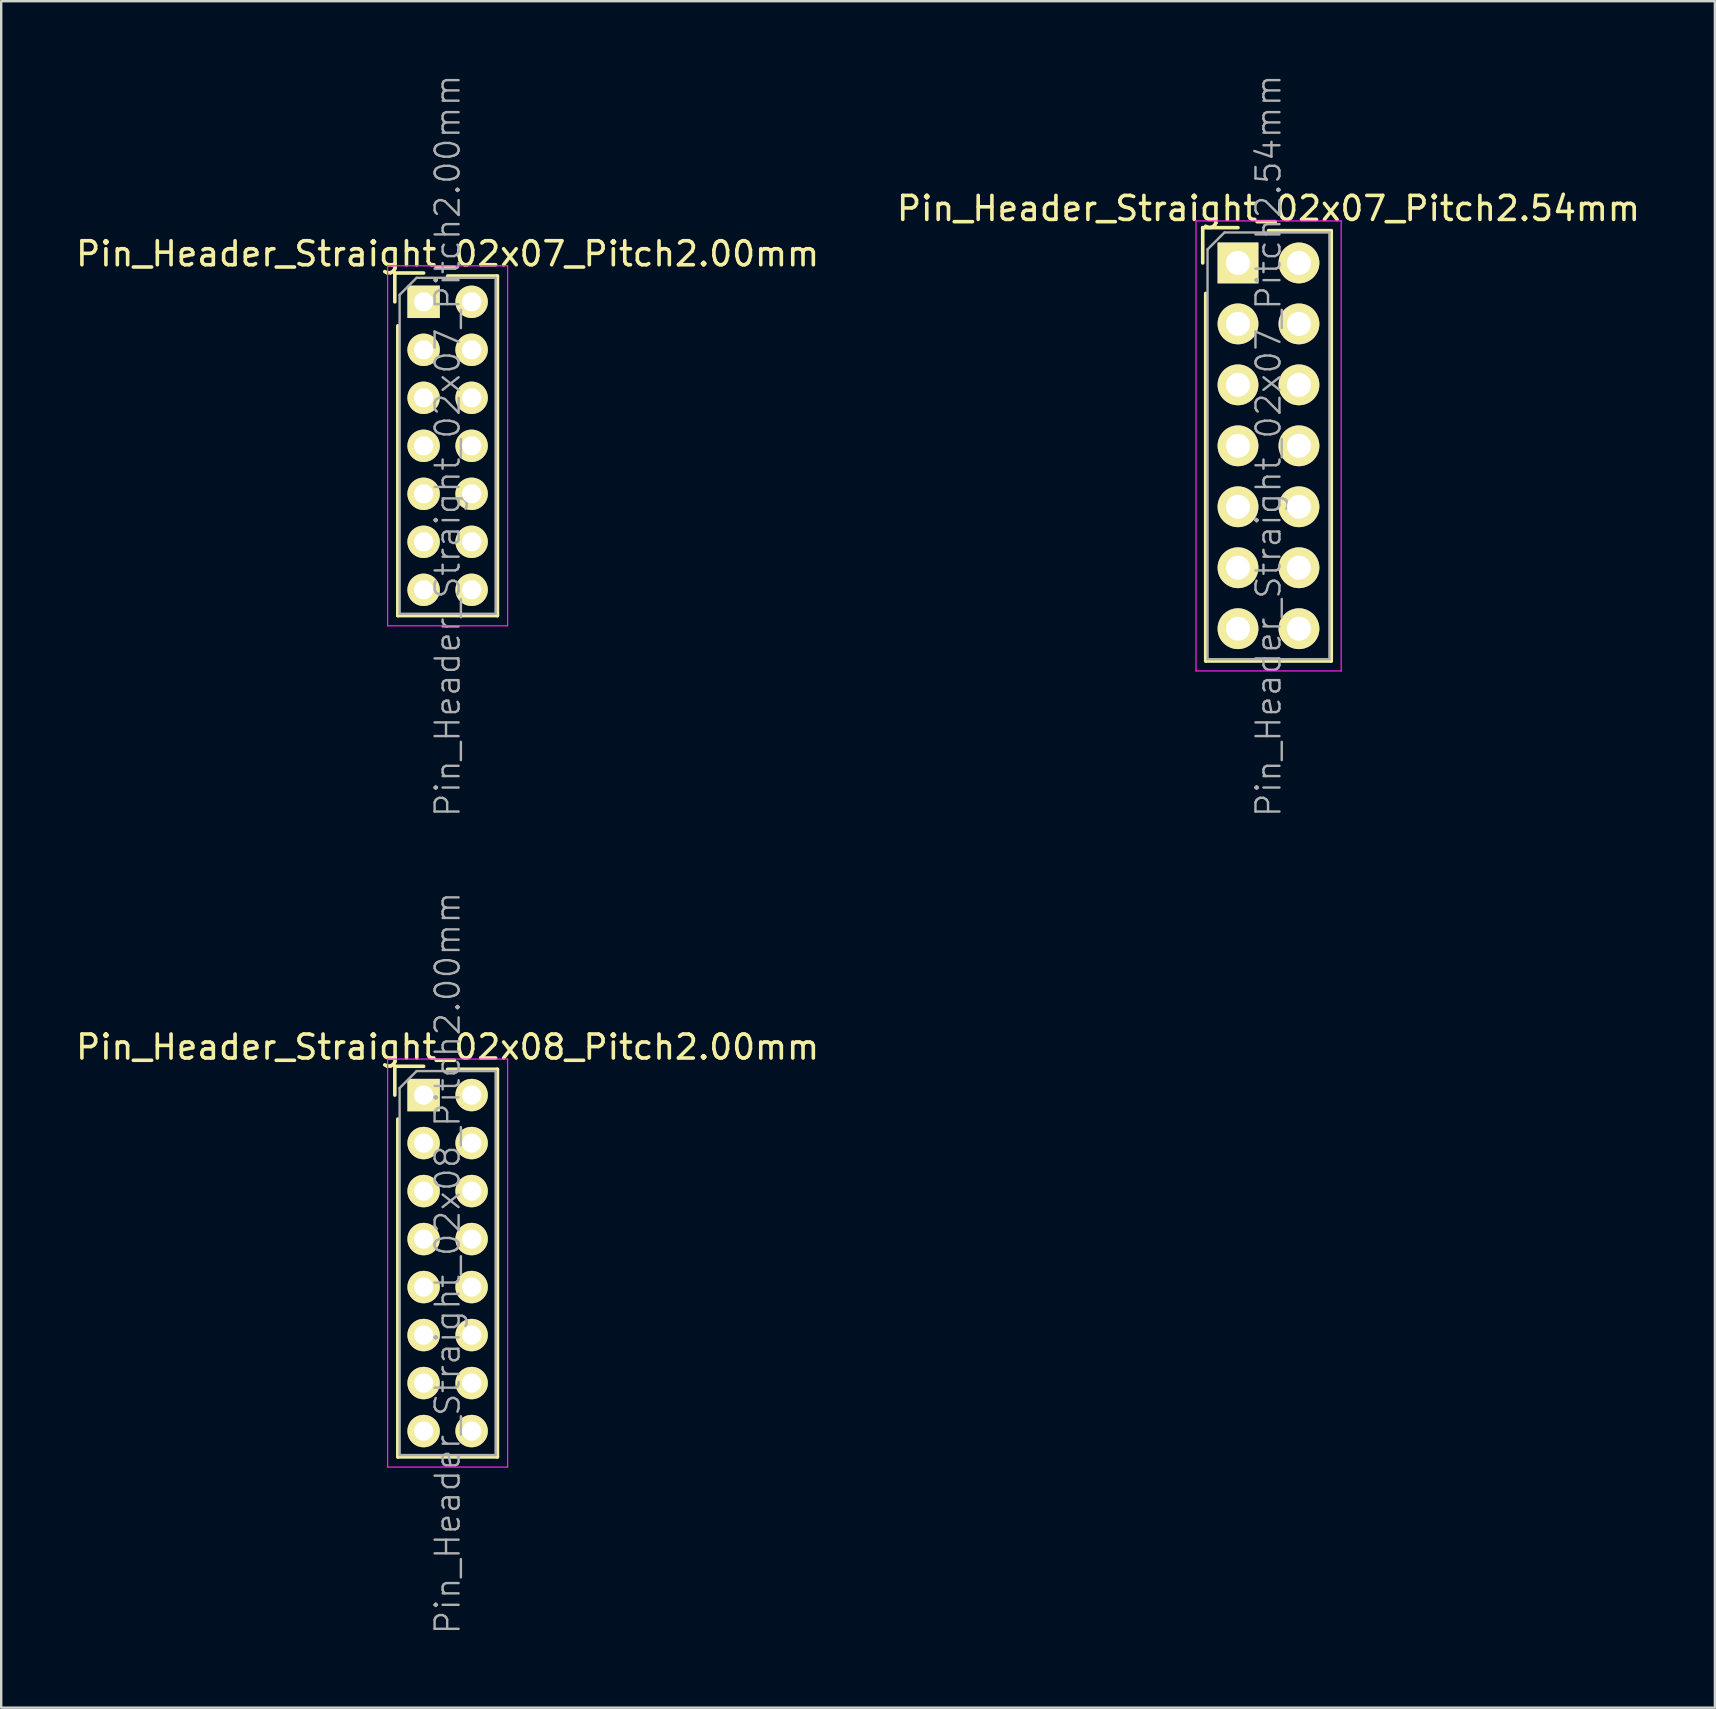
<source format=kicad_pcb>
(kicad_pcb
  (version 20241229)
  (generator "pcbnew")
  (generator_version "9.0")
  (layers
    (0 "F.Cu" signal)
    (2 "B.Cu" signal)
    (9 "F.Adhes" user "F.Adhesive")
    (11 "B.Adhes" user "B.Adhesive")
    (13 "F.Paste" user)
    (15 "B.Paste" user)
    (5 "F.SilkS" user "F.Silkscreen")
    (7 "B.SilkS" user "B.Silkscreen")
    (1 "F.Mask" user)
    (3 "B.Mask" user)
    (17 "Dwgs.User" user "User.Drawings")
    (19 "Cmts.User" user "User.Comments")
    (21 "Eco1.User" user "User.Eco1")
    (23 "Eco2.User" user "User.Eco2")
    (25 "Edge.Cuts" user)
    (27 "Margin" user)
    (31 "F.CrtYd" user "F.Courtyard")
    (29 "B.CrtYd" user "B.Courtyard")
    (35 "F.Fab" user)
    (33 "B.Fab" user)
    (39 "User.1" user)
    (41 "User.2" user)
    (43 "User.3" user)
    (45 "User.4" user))
  (footprint "Pin_Header_Straight_02x07_Pitch2.54mm"
    (layer "F.Cu")
    (at 48.534 7.906)
    (property "Reference" "Pin_Header_Straight_02x07_Pitch2.54mm" (at 1.27 -2.27 0) (layer "F.SilkS") (effects (font (size 1 1) (thickness 0.15))))
    (attr smd)
    (fp_line (start -1.47 -1.47) (end -1.47 0) (stroke (width 0.15) (type solid)) (layer "F.SilkS"))
    (fp_line (start -1.47 -1.47) (end 0 -1.47) (stroke (width 0.15) (type solid)) (layer "F.SilkS"))
    (fp_line (start -1.345 1.27) (end -1.345 16.585) (stroke (width 0.15) (type solid)) (layer "F.SilkS"))
    (fp_line (start -1.345 16.585) (end 3.885 16.585) (stroke (width 0.15) (type solid)) (layer "F.SilkS"))
    (fp_line (start 1.27 -1.345) (end 3.885 -1.345) (stroke (width 0.15) (type solid)) (layer "F.SilkS"))
    (fp_line (start 3.885 -1.345) (end 3.885 16.585) (stroke (width 0.15) (type solid)) (layer "F.SilkS"))
    (fp_line (start -1.75 -1.75) (end -1.75 17) (stroke (width 0.05) (type solid)) (layer "F.CrtYd"))
    (fp_line (start 4.3 -1.75) (end -1.75 -1.75) (stroke (width 0.05) (type solid)) (layer "F.CrtYd"))
    (fp_line (start 4.3 -1.75) (end 4.3 17) (stroke (width 0.05) (type solid)) (layer "F.CrtYd"))
    (fp_line (start 4.3 17) (end -1.75 17) (stroke (width 0.05) (type solid)) (layer "F.CrtYd"))
    (fp_line (start -1.27 -0.563) (end -0.563 -1.27) (stroke (width 0.1) (type solid)) (layer "F.Fab"))
    (fp_line (start -1.27 16.51) (end -1.27 -0.563) (stroke (width 0.1) (type solid)) (layer "F.Fab"))
    (fp_line (start 3.81 -1.27) (end -0.563 -1.27) (stroke (width 0.1) (type solid)) (layer "F.Fab"))
    (fp_line (start 3.81 16.51) (end -1.27 16.51) (stroke (width 0.1) (type solid)) (layer "F.Fab"))
    (fp_line (start 3.81 16.51) (end 3.81 -1.27) (stroke (width 0.1) (type solid)) (layer "F.Fab"))
    (fp_text user "${REFERENCE}" (at 1.27 7.62 90) (layer "F.Fab") (effects (font (size 1 1) (thickness 0.1))))
    (pad "1" thru_hole rect (at 0 0) (size 1.7 1.7) (drill 1) (layers "*.Cu" "*.Mask" "F.SilkS"))
    (pad "2" thru_hole oval (at 2.54 0) (size 1.7 1.7) (drill 1) (layers "*.Cu" "*.Mask" "F.SilkS"))
    (pad "3" thru_hole oval (at 0 2.54) (size 1.7 1.7) (drill 1) (layers "*.Cu" "*.Mask" "F.SilkS"))
    (pad "4" thru_hole oval (at 2.54 2.54) (size 1.7 1.7) (drill 1) (layers "*.Cu" "*.Mask" "F.SilkS"))
    (pad "5" thru_hole oval (at 0 5.08) (size 1.7 1.7) (drill 1) (layers "*.Cu" "*.Mask" "F.SilkS"))
    (pad "6" thru_hole oval (at 2.54 5.08) (size 1.7 1.7) (drill 1) (layers "*.Cu" "*.Mask" "F.SilkS"))
    (pad "7" thru_hole oval (at 0 7.62) (size 1.7 1.7) (drill 1) (layers "*.Cu" "*.Mask" "F.SilkS"))
    (pad "8" thru_hole oval (at 2.54 7.62) (size 1.7 1.7) (drill 1) (layers "*.Cu" "*.Mask" "F.SilkS"))
    (pad "9" thru_hole oval (at 0 10.16) (size 1.7 1.7) (drill 1) (layers "*.Cu" "*.Mask" "F.SilkS"))
    (pad "10" thru_hole oval (at 2.54 10.16) (size 1.7 1.7) (drill 1) (layers "*.Cu" "*.Mask" "F.SilkS"))
    (pad "11" thru_hole oval (at 0 12.7) (size 1.7 1.7) (drill 1) (layers "*.Cu" "*.Mask" "F.SilkS"))
    (pad "12" thru_hole oval (at 2.54 12.7) (size 1.7 1.7) (drill 1) (layers "*.Cu" "*.Mask" "F.SilkS"))
    (pad "13" thru_hole oval (at 0 15.24) (size 1.7 1.7) (drill 1) (layers "*.Cu" "*.Mask" "F.SilkS"))
    (pad "14" thru_hole oval (at 2.54 15.24) (size 1.7 1.7) (drill 1) (layers "*.Cu" "*.Mask" "F.SilkS")))
  (footprint "Pin_Header_Straight_02x08_Pitch2.00mm"
    (layer "F.Cu")
    (at 14.601 42.579)
    (property "Reference" "Pin_Header_Straight_02x08_Pitch2.00mm" (at 1 -2 0) (layer "F.SilkS") (effects (font (size 1 1) (thickness 0.15))))
    (attr smd)
    (fp_line (start -1.2 -1.2) (end -1.2 0) (stroke (width 0.15) (type solid)) (layer "F.SilkS"))
    (fp_line (start -1.2 -1.2) (end 0 -1.2) (stroke (width 0.15) (type solid)) (layer "F.SilkS"))
    (fp_line (start -1.075 1) (end -1.075 15.075) (stroke (width 0.15) (type solid)) (layer "F.SilkS"))
    (fp_line (start -1.075 15.075) (end 3.075 15.075) (stroke (width 0.15) (type solid)) (layer "F.SilkS"))
    (fp_line (start 1 -1.075) (end 3.075 -1.075) (stroke (width 0.15) (type solid)) (layer "F.SilkS"))
    (fp_line (start 3.075 -1.075) (end 3.075 15.075) (stroke (width 0.15) (type solid)) (layer "F.SilkS"))
    (fp_line (start -1.5 -1.5) (end -1.5 15.5) (stroke (width 0.05) (type solid)) (layer "F.CrtYd"))
    (fp_line (start 3.5 -1.5) (end -1.5 -1.5) (stroke (width 0.05) (type solid)) (layer "F.CrtYd"))
    (fp_line (start 3.5 -1.5) (end 3.5 15.5) (stroke (width 0.05) (type solid)) (layer "F.CrtYd"))
    (fp_line (start 3.5 15.5) (end -1.5 15.5) (stroke (width 0.05) (type solid)) (layer "F.CrtYd"))
    (fp_line (start -1 -0.293) (end -0.293 -1) (stroke (width 0.1) (type solid)) (layer "F.Fab"))
    (fp_line (start -1 15) (end -1 -0.293) (stroke (width 0.1) (type solid)) (layer "F.Fab"))
    (fp_line (start 3 -1) (end -0.293 -1) (stroke (width 0.1) (type solid)) (layer "F.Fab"))
    (fp_line (start 3 15) (end -1 15) (stroke (width 0.1) (type solid)) (layer "F.Fab"))
    (fp_line (start 3 15) (end 3 -1) (stroke (width 0.1) (type solid)) (layer "F.Fab"))
    (fp_text user "${REFERENCE}" (at 1 7 90) (layer "F.Fab") (effects (font (size 1 1) (thickness 0.1))))
    (pad "1" thru_hole rect (at 0 0) (size 1.35 1.35) (drill 0.8) (layers "*.Cu" "*.Mask" "F.SilkS"))
    (pad "2" thru_hole oval (at 2 0) (size 1.35 1.35) (drill 0.8) (layers "*.Cu" "*.Mask" "F.SilkS"))
    (pad "3" thru_hole oval (at 0 2) (size 1.35 1.35) (drill 0.8) (layers "*.Cu" "*.Mask" "F.SilkS"))
    (pad "4" thru_hole oval (at 2 2) (size 1.35 1.35) (drill 0.8) (layers "*.Cu" "*.Mask" "F.SilkS"))
    (pad "5" thru_hole oval (at 0 4) (size 1.35 1.35) (drill 0.8) (layers "*.Cu" "*.Mask" "F.SilkS"))
    (pad "6" thru_hole oval (at 2 4) (size 1.35 1.35) (drill 0.8) (layers "*.Cu" "*.Mask" "F.SilkS"))
    (pad "7" thru_hole oval (at 0 6) (size 1.35 1.35) (drill 0.8) (layers "*.Cu" "*.Mask" "F.SilkS"))
    (pad "8" thru_hole oval (at 2 6) (size 1.35 1.35) (drill 0.8) (layers "*.Cu" "*.Mask" "F.SilkS"))
    (pad "9" thru_hole oval (at 0 8) (size 1.35 1.35) (drill 0.8) (layers "*.Cu" "*.Mask" "F.SilkS"))
    (pad "10" thru_hole oval (at 2 8) (size 1.35 1.35) (drill 0.8) (layers "*.Cu" "*.Mask" "F.SilkS"))
    (pad "11" thru_hole oval (at 0 10) (size 1.35 1.35) (drill 0.8) (layers "*.Cu" "*.Mask" "F.SilkS"))
    (pad "12" thru_hole oval (at 2 10) (size 1.35 1.35) (drill 0.8) (layers "*.Cu" "*.Mask" "F.SilkS"))
    (pad "13" thru_hole oval (at 0 12) (size 1.35 1.35) (drill 0.8) (layers "*.Cu" "*.Mask" "F.SilkS"))
    (pad "14" thru_hole oval (at 2 12) (size 1.35 1.35) (drill 0.8) (layers "*.Cu" "*.Mask" "F.SilkS"))
    (pad "15" thru_hole oval (at 0 14) (size 1.35 1.35) (drill 0.8) (layers "*.Cu" "*.Mask" "F.SilkS"))
    (pad "16" thru_hole oval (at 2 14) (size 1.35 1.35) (drill 0.8) (layers "*.Cu" "*.Mask" "F.SilkS")))
  (footprint "Pin_Header_Straight_02x07_Pitch2.00mm"
    (layer "F.Cu")
    (at 14.601 9.526)
    (property "Reference" "Pin_Header_Straight_02x07_Pitch2.00mm" (at 1 -2 0) (layer "F.SilkS") (effects (font (size 1 1) (thickness 0.15))))
    (attr smd)
    (fp_line (start -1.2 -1.2) (end -1.2 0) (stroke (width 0.15) (type solid)) (layer "F.SilkS"))
    (fp_line (start -1.2 -1.2) (end 0 -1.2) (stroke (width 0.15) (type solid)) (layer "F.SilkS"))
    (fp_line (start -1.075 1) (end -1.075 13.075) (stroke (width 0.15) (type solid)) (layer "F.SilkS"))
    (fp_line (start -1.075 13.075) (end 3.075 13.075) (stroke (width 0.15) (type solid)) (layer "F.SilkS"))
    (fp_line (start 1 -1.075) (end 3.075 -1.075) (stroke (width 0.15) (type solid)) (layer "F.SilkS"))
    (fp_line (start 3.075 -1.075) (end 3.075 13.075) (stroke (width 0.15) (type solid)) (layer "F.SilkS"))
    (fp_line (start -1.5 -1.5) (end -1.5 13.5) (stroke (width 0.05) (type solid)) (layer "F.CrtYd"))
    (fp_line (start 3.5 -1.5) (end -1.5 -1.5) (stroke (width 0.05) (type solid)) (layer "F.CrtYd"))
    (fp_line (start 3.5 -1.5) (end 3.5 13.5) (stroke (width 0.05) (type solid)) (layer "F.CrtYd"))
    (fp_line (start 3.5 13.5) (end -1.5 13.5) (stroke (width 0.05) (type solid)) (layer "F.CrtYd"))
    (fp_line (start -1 -0.293) (end -0.293 -1) (stroke (width 0.1) (type solid)) (layer "F.Fab"))
    (fp_line (start -1 13) (end -1 -0.293) (stroke (width 0.1) (type solid)) (layer "F.Fab"))
    (fp_line (start 3 -1) (end -0.293 -1) (stroke (width 0.1) (type solid)) (layer "F.Fab"))
    (fp_line (start 3 13) (end -1 13) (stroke (width 0.1) (type solid)) (layer "F.Fab"))
    (fp_line (start 3 13) (end 3 -1) (stroke (width 0.1) (type solid)) (layer "F.Fab"))
    (fp_text user "${REFERENCE}" (at 1 6 90) (layer "F.Fab") (effects (font (size 1 1) (thickness 0.1))))
    (pad "1" thru_hole rect (at 0 0) (size 1.35 1.35) (drill 0.8) (layers "*.Cu" "*.Mask" "F.SilkS"))
    (pad "2" thru_hole oval (at 2 0) (size 1.35 1.35) (drill 0.8) (layers "*.Cu" "*.Mask" "F.SilkS"))
    (pad "3" thru_hole oval (at 0 2) (size 1.35 1.35) (drill 0.8) (layers "*.Cu" "*.Mask" "F.SilkS"))
    (pad "4" thru_hole oval (at 2 2) (size 1.35 1.35) (drill 0.8) (layers "*.Cu" "*.Mask" "F.SilkS"))
    (pad "5" thru_hole oval (at 0 4) (size 1.35 1.35) (drill 0.8) (layers "*.Cu" "*.Mask" "F.SilkS"))
    (pad "6" thru_hole oval (at 2 4) (size 1.35 1.35) (drill 0.8) (layers "*.Cu" "*.Mask" "F.SilkS"))
    (pad "7" thru_hole oval (at 0 6) (size 1.35 1.35) (drill 0.8) (layers "*.Cu" "*.Mask" "F.SilkS"))
    (pad "8" thru_hole oval (at 2 6) (size 1.35 1.35) (drill 0.8) (layers "*.Cu" "*.Mask" "F.SilkS"))
    (pad "9" thru_hole oval (at 0 8) (size 1.35 1.35) (drill 0.8) (layers "*.Cu" "*.Mask" "F.SilkS"))
    (pad "10" thru_hole oval (at 2 8) (size 1.35 1.35) (drill 0.8) (layers "*.Cu" "*.Mask" "F.SilkS"))
    (pad "11" thru_hole oval (at 0 10) (size 1.35 1.35) (drill 0.8) (layers "*.Cu" "*.Mask" "F.SilkS"))
    (pad "12" thru_hole oval (at 2 10) (size 1.35 1.35) (drill 0.8) (layers "*.Cu" "*.Mask" "F.SilkS"))
    (pad "13" thru_hole oval (at 0 12) (size 1.35 1.35) (drill 0.8) (layers "*.Cu" "*.Mask" "F.SilkS"))
    (pad "14" thru_hole oval (at 2 12) (size 1.35 1.35) (drill 0.8) (layers "*.Cu" "*.Mask" "F.SilkS")))
  (gr_rect
    (start -3 -3)
    (end 68.405 68.105)
    (stroke (width 0.1) (type default))
    (fill no)
    (layer "Edge.Cuts")))
</source>
